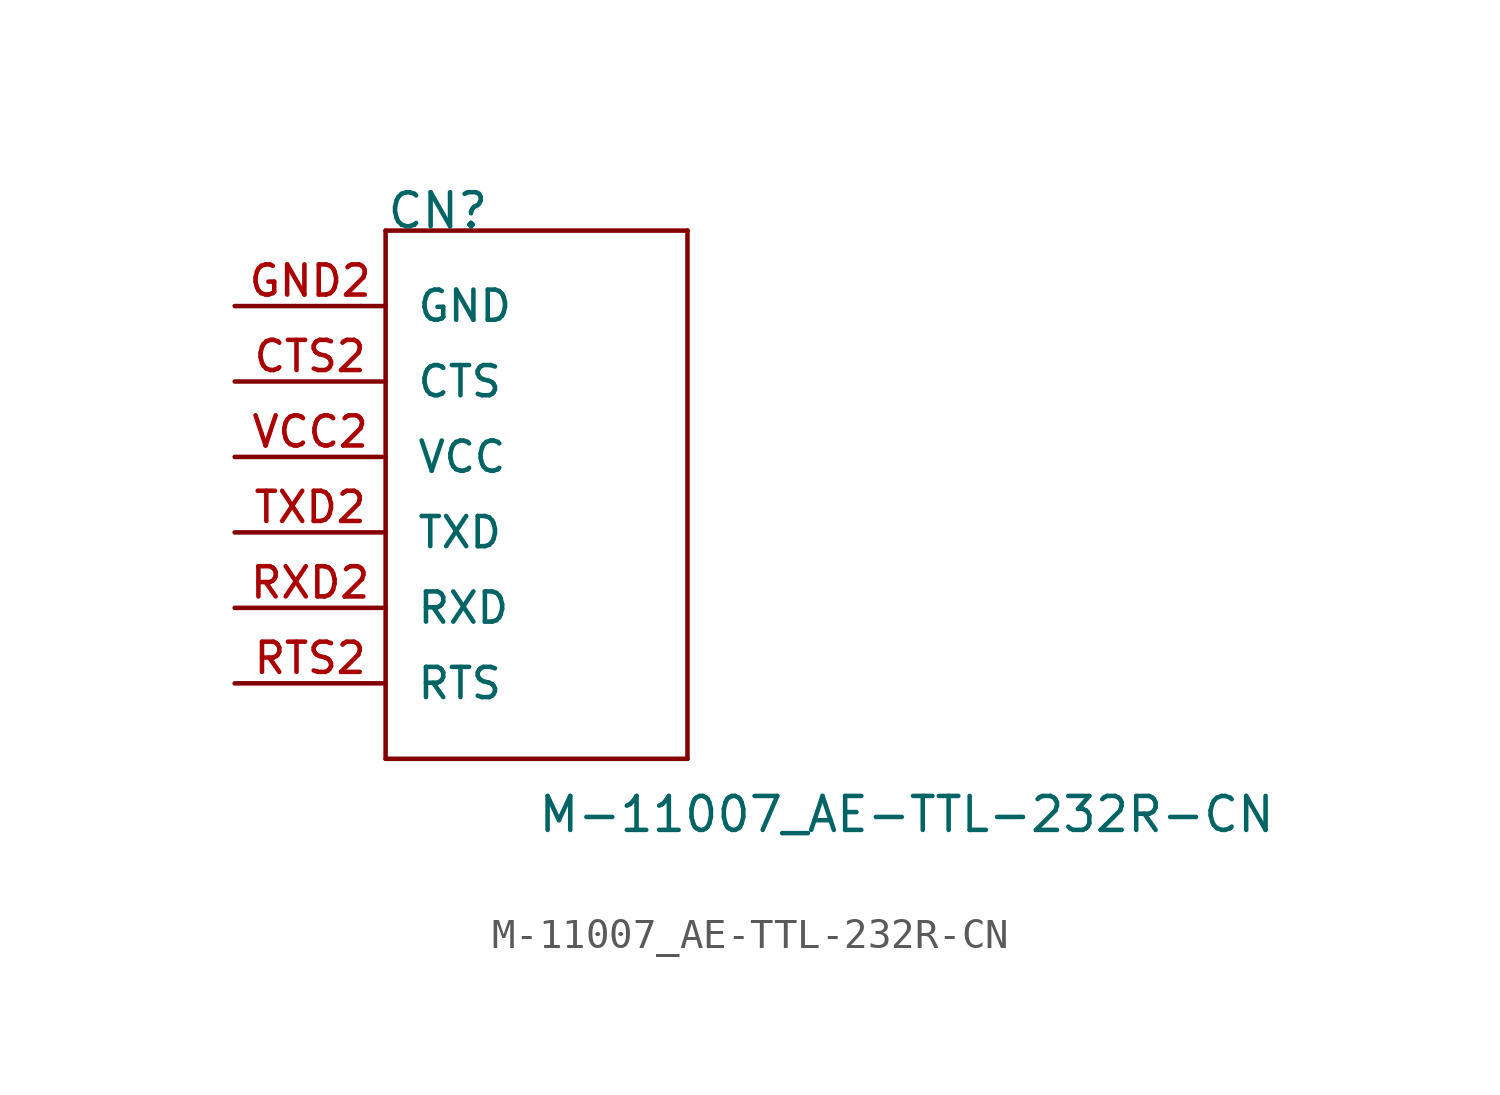
<source format=kicad_sym>
(kicad_symbol_lib
  (version 20211014)
  (generator kicad_symbol_editor)
  (symbol "M-11007_AE-TTL-232R-CN"
    (pin_names
      (offset 1.016))
    (property "Reference" "CN"
      (at 0 2.54 0)
      (effects (font (size 1.143 1.143)) (justify left bottom)))
    (property "Value" "M-11007_AE-TTL-232R-CN"
      (at 5.08 -17.78 0)
      (effects (font (size 1.143 1.143)) (justify left bottom)))
    (property "ki_locked" ""
      (at 0 0 0)
      (effects (font (size 1.27 1.27))))
    (symbol "M-11007_AE-TTL-232R-CN_1_0"
      (polyline (pts (xy 0 -15.24) (xy 0 2.54)) (stroke (width 0) (type default) (color 0 0 0 0)) (fill (type none)))
      (polyline (pts (xy 0 2.54) (xy 10.16 2.54)) (stroke (width 0) (type default) (color 0 0 0 0)) (fill (type none)))
      (polyline (pts (xy 10.16 -15.24) (xy 0 -15.24)) (stroke (width 0) (type default) (color 0 0 0 0)) (fill (type none)))
      (polyline (pts (xy 10.16 2.54) (xy 10.16 -15.24)) (stroke (width 0) (type default) (color 0 0 0 0)) (fill (type none))))
    (symbol "M-11007_AE-TTL-232R-CN_1_1"
      (pin bidirectional line (at -5.08 -2.54 0) (length 5.08) (name "CTS" (effects (font (size 1.016 1.016)))) (number "CTS2" (effects (font (size 1.016 1.016)))))
      (pin bidirectional line (at -5.08 0 0) (length 5.08) (name "GND" (effects (font (size 1.016 1.016)))) (number "GND2" (effects (font (size 1.016 1.016)))))
      (pin bidirectional line (at -5.08 -12.7 0) (length 5.08) (name "RTS" (effects (font (size 1.016 1.016)))) (number "RTS2" (effects (font (size 1.016 1.016)))))
      (pin bidirectional line (at -5.08 -10.16 0) (length 5.08) (name "RXD" (effects (font (size 1.016 1.016)))) (number "RXD2" (effects (font (size 1.016 1.016)))))
      (pin bidirectional line (at -5.08 -7.62 0) (length 5.08) (name "TXD" (effects (font (size 1.016 1.016)))) (number "TXD2" (effects (font (size 1.016 1.016)))))
      (pin bidirectional line (at -5.08 -5.08 0) (length 5.08) (name "VCC" (effects (font (size 1.016 1.016)))) (number "VCC2" (effects (font (size 1.016 1.016))))))))
</source>
